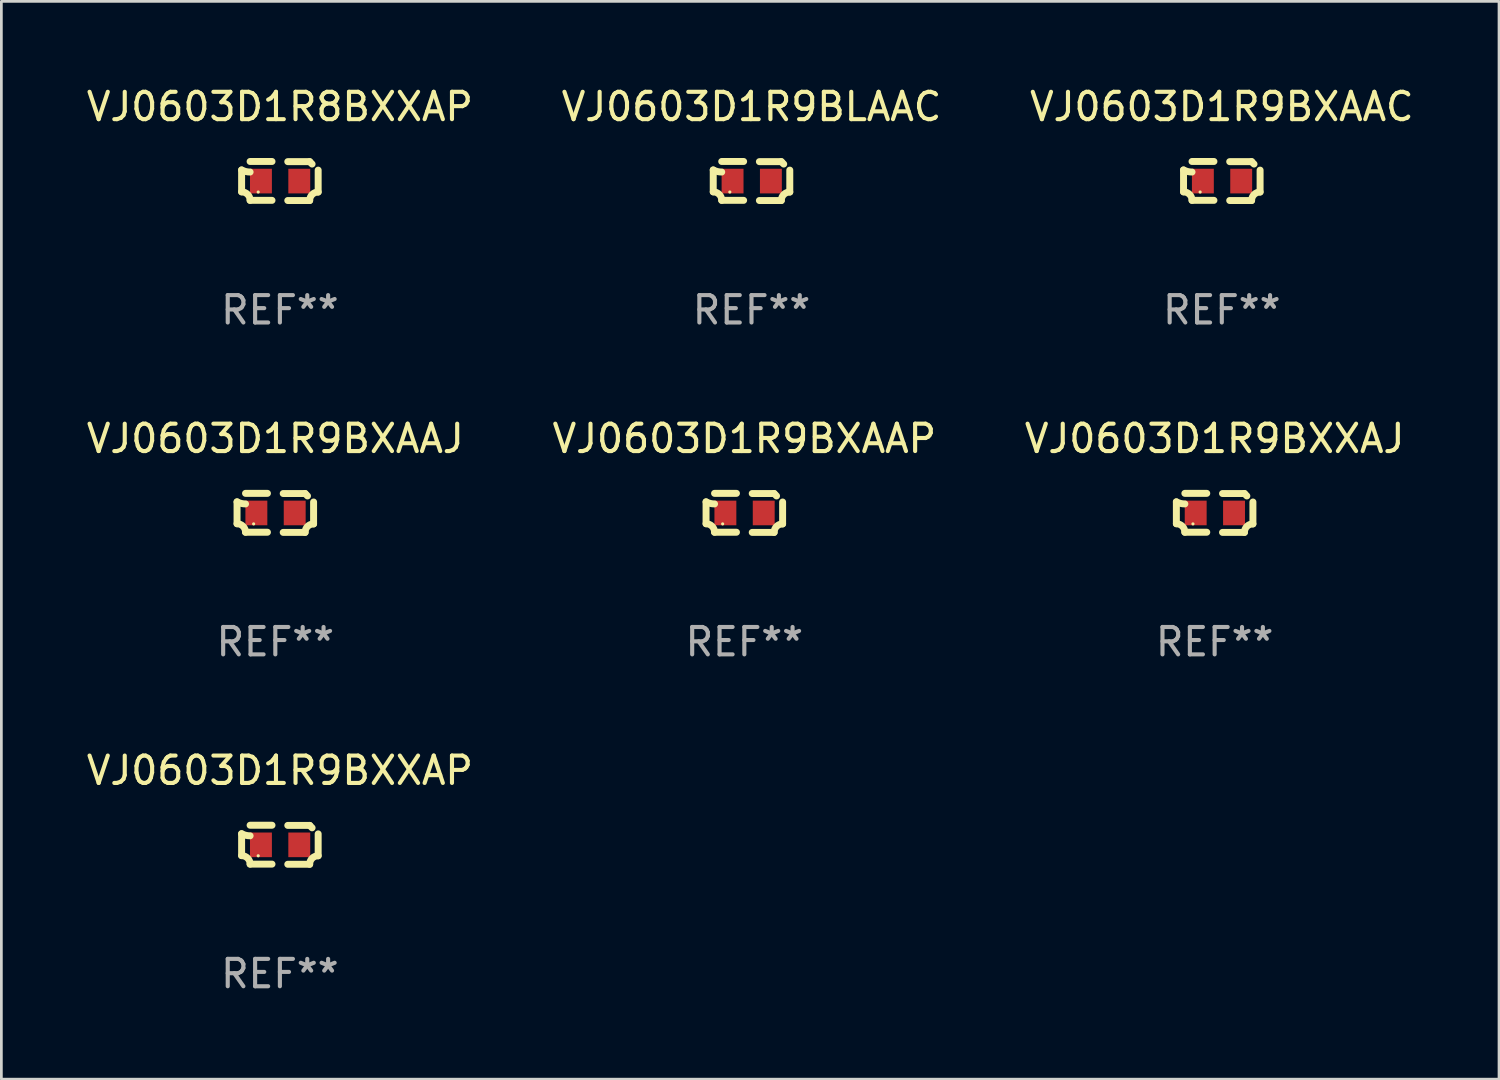
<source format=kicad_pcb>
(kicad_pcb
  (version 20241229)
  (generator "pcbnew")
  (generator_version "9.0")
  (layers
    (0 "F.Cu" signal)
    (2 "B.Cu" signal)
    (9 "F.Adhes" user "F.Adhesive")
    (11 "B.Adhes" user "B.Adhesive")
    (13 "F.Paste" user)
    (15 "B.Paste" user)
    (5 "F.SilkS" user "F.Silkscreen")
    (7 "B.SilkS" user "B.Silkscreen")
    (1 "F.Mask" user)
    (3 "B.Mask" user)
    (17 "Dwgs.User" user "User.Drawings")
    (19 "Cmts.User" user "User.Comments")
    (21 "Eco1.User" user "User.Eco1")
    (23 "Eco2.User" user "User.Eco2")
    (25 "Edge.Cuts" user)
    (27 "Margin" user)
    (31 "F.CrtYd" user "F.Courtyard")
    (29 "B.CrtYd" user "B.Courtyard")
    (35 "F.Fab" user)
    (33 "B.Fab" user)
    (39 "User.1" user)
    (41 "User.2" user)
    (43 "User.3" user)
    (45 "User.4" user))
  (footprint "VJ0603D1R9BXXAP"
    (layer "F.Cu")
    (at 7.173 27.805)
    (property "Reference" "VJ0603D1R9BXXAP" (at 0 -2.713 0) (layer "F.SilkS") (effects (font (size 1 1) (thickness 0.15))))
    (attr through_hole)
    (fp_line (start -1.398 -0.403) (end -1.398 0.397) (stroke (width 0.254) (type solid)) (layer "F.SilkS"))
    (fp_line (start -0.288 -0.713) (end -1.088 -0.713) (stroke (width 0.254) (type solid)) (layer "F.SilkS"))
    (fp_line (start -0.288 0.707) (end -1.088 0.707) (stroke (width 0.254) (type solid)) (layer "F.SilkS"))
    (fp_line (start 0.288 -0.707) (end 1.088 -0.707) (stroke (width 0.254) (type solid)) (layer "F.SilkS"))
    (fp_line (start 0.288 0.713) (end 1.088 0.713) (stroke (width 0.254) (type solid)) (layer "F.SilkS"))
    (fp_line (start 1.398 -0.397) (end 1.398 0.403) (stroke (width 0.254) (type solid)) (layer "F.SilkS"))
    (fp_arc (start -1.397789 0.397066) (mid -1.178701 0.487826) (end -1.08796 0.706922) (stroke (width 0.254001) (type solid)) (layer "F.SilkS"))
    (fp_arc (start -1.08796 -0.327176) (mid -1.247436 -0.346384) (end -1.39779 -0.402908) (stroke (width 0.254001) (type solid)) (layer "F.SilkS"))
    (fp_arc (start 1.087909 0.712738) (mid 1.178656 0.493655) (end 1.397739 0.402908) (stroke (width 0.254001) (type solid)) (layer "F.SilkS"))
    (fp_arc (start 1.175925 -0.618926) (mid 1.131917 -0.662923) (end 1.08791 -0.706922) (stroke (width 0.254001) (type solid)) (layer "F.SilkS"))
    (fp_circle (center -0.792 0.403) (end -0.762 0.403) (stroke (width 0.06) (type solid)) (fill no) (layer "F.SilkS"))
    (fp_text user "REF**" (at 0 4.713 0) (layer "F.Fab") (effects (font (size 1 1) (thickness 0.15))))
    (pad "1" smd rect (at -0.692 0.003) (size 0.8 0.9) (layers "F.Cu" "F.Mask" "F.Paste"))
    (pad "2" smd rect (at 0.708 0.003) (size 0.8 0.9) (layers "F.Cu" "F.Mask" "F.Paste")))
  (footprint "VJ0603D1R9BXAAC"
    (layer "F.Cu")
    (at 41.577 3.561)
    (property "Reference" "VJ0603D1R9BXAAC" (at 0 -2.713 0) (layer "F.SilkS") (effects (font (size 1 1) (thickness 0.15))))
    (attr through_hole)
    (fp_line (start -1.398 -0.403) (end -1.398 0.397) (stroke (width 0.254) (type solid)) (layer "F.SilkS"))
    (fp_line (start -0.288 -0.713) (end -1.088 -0.713) (stroke (width 0.254) (type solid)) (layer "F.SilkS"))
    (fp_line (start -0.288 0.707) (end -1.088 0.707) (stroke (width 0.254) (type solid)) (layer "F.SilkS"))
    (fp_line (start 0.288 -0.707) (end 1.088 -0.707) (stroke (width 0.254) (type solid)) (layer "F.SilkS"))
    (fp_line (start 0.288 0.713) (end 1.088 0.713) (stroke (width 0.254) (type solid)) (layer "F.SilkS"))
    (fp_line (start 1.398 -0.397) (end 1.398 0.403) (stroke (width 0.254) (type solid)) (layer "F.SilkS"))
    (fp_arc (start -1.397789 0.397066) (mid -1.178701 0.487826) (end -1.08796 0.706922) (stroke (width 0.254001) (type solid)) (layer "F.SilkS"))
    (fp_arc (start -1.08796 -0.327176) (mid -1.247436 -0.346384) (end -1.39779 -0.402908) (stroke (width 0.254001) (type solid)) (layer "F.SilkS"))
    (fp_arc (start 1.087909 0.712738) (mid 1.178656 0.493655) (end 1.397739 0.402908) (stroke (width 0.254001) (type solid)) (layer "F.SilkS"))
    (fp_arc (start 1.175925 -0.618926) (mid 1.131917 -0.662923) (end 1.08791 -0.706922) (stroke (width 0.254001) (type solid)) (layer "F.SilkS"))
    (fp_circle (center -0.792 0.403) (end -0.762 0.403) (stroke (width 0.06) (type solid)) (fill no) (layer "F.SilkS"))
    (fp_text user "REF**" (at 0 4.713 0) (layer "F.Fab") (effects (font (size 1 1) (thickness 0.15))))
    (pad "1" smd rect (at -0.692 0.003) (size 0.8 0.9) (layers "F.Cu" "F.Mask" "F.Paste"))
    (pad "2" smd rect (at 0.708 0.003) (size 0.8 0.9) (layers "F.Cu" "F.Mask" "F.Paste")))
  (footprint "VJ0603D1R9BXAAP"
    (layer "F.Cu")
    (at 24.137 15.683)
    (property "Reference" "VJ0603D1R9BXAAP" (at 0 -2.713 0) (layer "F.SilkS") (effects (font (size 1 1) (thickness 0.15))))
    (attr through_hole)
    (fp_line (start -1.398 -0.403) (end -1.398 0.397) (stroke (width 0.254) (type solid)) (layer "F.SilkS"))
    (fp_line (start -0.288 -0.713) (end -1.088 -0.713) (stroke (width 0.254) (type solid)) (layer "F.SilkS"))
    (fp_line (start -0.288 0.707) (end -1.088 0.707) (stroke (width 0.254) (type solid)) (layer "F.SilkS"))
    (fp_line (start 0.288 -0.707) (end 1.088 -0.707) (stroke (width 0.254) (type solid)) (layer "F.SilkS"))
    (fp_line (start 0.288 0.713) (end 1.088 0.713) (stroke (width 0.254) (type solid)) (layer "F.SilkS"))
    (fp_line (start 1.398 -0.397) (end 1.398 0.403) (stroke (width 0.254) (type solid)) (layer "F.SilkS"))
    (fp_arc (start -1.397789 0.397066) (mid -1.178701 0.487826) (end -1.08796 0.706922) (stroke (width 0.254001) (type solid)) (layer "F.SilkS"))
    (fp_arc (start -1.08796 -0.327176) (mid -1.247436 -0.346384) (end -1.39779 -0.402908) (stroke (width 0.254001) (type solid)) (layer "F.SilkS"))
    (fp_arc (start 1.087909 0.712738) (mid 1.178656 0.493655) (end 1.397739 0.402908) (stroke (width 0.254001) (type solid)) (layer "F.SilkS"))
    (fp_arc (start 1.175925 -0.618926) (mid 1.131917 -0.662923) (end 1.08791 -0.706922) (stroke (width 0.254001) (type solid)) (layer "F.SilkS"))
    (fp_circle (center -0.792 0.403) (end -0.762 0.403) (stroke (width 0.06) (type solid)) (fill no) (layer "F.SilkS"))
    (fp_text user "REF**" (at 0 4.713 0) (layer "F.Fab") (effects (font (size 1 1) (thickness 0.15))))
    (pad "1" smd rect (at -0.692 0.003) (size 0.8 0.9) (layers "F.Cu" "F.Mask" "F.Paste"))
    (pad "2" smd rect (at 0.708 0.003) (size 0.8 0.9) (layers "F.Cu" "F.Mask" "F.Paste")))
  (footprint "VJ0603D1R9BLAAC"
    (layer "F.Cu")
    (at 24.399 3.561)
    (property "Reference" "VJ0603D1R9BLAAC" (at 0 -2.713 0) (layer "F.SilkS") (effects (font (size 1 1) (thickness 0.15))))
    (attr through_hole)
    (fp_line (start -1.398 -0.403) (end -1.398 0.397) (stroke (width 0.254) (type solid)) (layer "F.SilkS"))
    (fp_line (start -0.288 -0.713) (end -1.088 -0.713) (stroke (width 0.254) (type solid)) (layer "F.SilkS"))
    (fp_line (start -0.288 0.707) (end -1.088 0.707) (stroke (width 0.254) (type solid)) (layer "F.SilkS"))
    (fp_line (start 0.288 -0.707) (end 1.088 -0.707) (stroke (width 0.254) (type solid)) (layer "F.SilkS"))
    (fp_line (start 0.288 0.713) (end 1.088 0.713) (stroke (width 0.254) (type solid)) (layer "F.SilkS"))
    (fp_line (start 1.398 -0.397) (end 1.398 0.403) (stroke (width 0.254) (type solid)) (layer "F.SilkS"))
    (fp_arc (start -1.397789 0.397066) (mid -1.178701 0.487826) (end -1.08796 0.706922) (stroke (width 0.254001) (type solid)) (layer "F.SilkS"))
    (fp_arc (start -1.08796 -0.327176) (mid -1.247436 -0.346384) (end -1.39779 -0.402908) (stroke (width 0.254001) (type solid)) (layer "F.SilkS"))
    (fp_arc (start 1.087909 0.712738) (mid 1.178656 0.493655) (end 1.397739 0.402908) (stroke (width 0.254001) (type solid)) (layer "F.SilkS"))
    (fp_arc (start 1.175925 -0.618926) (mid 1.131917 -0.662923) (end 1.08791 -0.706922) (stroke (width 0.254001) (type solid)) (layer "F.SilkS"))
    (fp_circle (center -0.792 0.403) (end -0.762 0.403) (stroke (width 0.06) (type solid)) (fill no) (layer "F.SilkS"))
    (fp_text user "REF**" (at 0 4.713 0) (layer "F.Fab") (effects (font (size 1 1) (thickness 0.15))))
    (pad "1" smd rect (at -0.692 0.003) (size 0.8 0.9) (layers "F.Cu" "F.Mask" "F.Paste"))
    (pad "2" smd rect (at 0.708 0.003) (size 0.8 0.9) (layers "F.Cu" "F.Mask" "F.Paste")))
  (footprint "VJ0603D1R9BXXAJ"
    (layer "F.Cu")
    (at 41.315 15.683)
    (property "Reference" "VJ0603D1R9BXXAJ" (at 0 -2.713 0) (layer "F.SilkS") (effects (font (size 1 1) (thickness 0.15))))
    (attr through_hole)
    (fp_line (start -1.398 -0.403) (end -1.398 0.397) (stroke (width 0.254) (type solid)) (layer "F.SilkS"))
    (fp_line (start -0.288 -0.713) (end -1.088 -0.713) (stroke (width 0.254) (type solid)) (layer "F.SilkS"))
    (fp_line (start -0.288 0.707) (end -1.088 0.707) (stroke (width 0.254) (type solid)) (layer "F.SilkS"))
    (fp_line (start 0.288 -0.707) (end 1.088 -0.707) (stroke (width 0.254) (type solid)) (layer "F.SilkS"))
    (fp_line (start 0.288 0.713) (end 1.088 0.713) (stroke (width 0.254) (type solid)) (layer "F.SilkS"))
    (fp_line (start 1.398 -0.397) (end 1.398 0.403) (stroke (width 0.254) (type solid)) (layer "F.SilkS"))
    (fp_arc (start -1.397789 0.397066) (mid -1.178701 0.487826) (end -1.08796 0.706922) (stroke (width 0.254001) (type solid)) (layer "F.SilkS"))
    (fp_arc (start -1.08796 -0.327176) (mid -1.247436 -0.346384) (end -1.39779 -0.402908) (stroke (width 0.254001) (type solid)) (layer "F.SilkS"))
    (fp_arc (start 1.087909 0.712738) (mid 1.178656 0.493655) (end 1.397739 0.402908) (stroke (width 0.254001) (type solid)) (layer "F.SilkS"))
    (fp_arc (start 1.175925 -0.618926) (mid 1.131917 -0.662923) (end 1.08791 -0.706922) (stroke (width 0.254001) (type solid)) (layer "F.SilkS"))
    (fp_circle (center -0.792 0.403) (end -0.762 0.403) (stroke (width 0.06) (type solid)) (fill no) (layer "F.SilkS"))
    (fp_text user "REF**" (at 0 4.713 0) (layer "F.Fab") (effects (font (size 1 1) (thickness 0.15))))
    (pad "1" smd rect (at -0.692 0.003) (size 0.8 0.9) (layers "F.Cu" "F.Mask" "F.Paste"))
    (pad "2" smd rect (at 0.708 0.003) (size 0.8 0.9) (layers "F.Cu" "F.Mask" "F.Paste")))
  (footprint "VJ0603D1R9BXAAJ"
    (layer "F.Cu")
    (at 7.006 15.683)
    (property "Reference" "VJ0603D1R9BXAAJ" (at 0 -2.713 0) (layer "F.SilkS") (effects (font (size 1 1) (thickness 0.15))))
    (attr through_hole)
    (fp_line (start -1.398 -0.403) (end -1.398 0.397) (stroke (width 0.254) (type solid)) (layer "F.SilkS"))
    (fp_line (start -0.288 -0.713) (end -1.088 -0.713) (stroke (width 0.254) (type solid)) (layer "F.SilkS"))
    (fp_line (start -0.288 0.707) (end -1.088 0.707) (stroke (width 0.254) (type solid)) (layer "F.SilkS"))
    (fp_line (start 0.288 -0.707) (end 1.088 -0.707) (stroke (width 0.254) (type solid)) (layer "F.SilkS"))
    (fp_line (start 0.288 0.713) (end 1.088 0.713) (stroke (width 0.254) (type solid)) (layer "F.SilkS"))
    (fp_line (start 1.398 -0.397) (end 1.398 0.403) (stroke (width 0.254) (type solid)) (layer "F.SilkS"))
    (fp_arc (start -1.397789 0.397066) (mid -1.178701 0.487826) (end -1.08796 0.706922) (stroke (width 0.254001) (type solid)) (layer "F.SilkS"))
    (fp_arc (start -1.08796 -0.327176) (mid -1.247436 -0.346384) (end -1.39779 -0.402908) (stroke (width 0.254001) (type solid)) (layer "F.SilkS"))
    (fp_arc (start 1.087909 0.712738) (mid 1.178656 0.493655) (end 1.397739 0.402908) (stroke (width 0.254001) (type solid)) (layer "F.SilkS"))
    (fp_arc (start 1.175925 -0.618926) (mid 1.131917 -0.662923) (end 1.08791 -0.706922) (stroke (width 0.254001) (type solid)) (layer "F.SilkS"))
    (fp_circle (center -0.792 0.403) (end -0.762 0.403) (stroke (width 0.06) (type solid)) (fill no) (layer "F.SilkS"))
    (fp_text user "REF**" (at 0 4.713 0) (layer "F.Fab") (effects (font (size 1 1) (thickness 0.15))))
    (pad "1" smd rect (at -0.692 0.003) (size 0.8 0.9) (layers "F.Cu" "F.Mask" "F.Paste"))
    (pad "2" smd rect (at 0.708 0.003) (size 0.8 0.9) (layers "F.Cu" "F.Mask" "F.Paste")))
  (footprint "VJ0603D1R8BXXAP"
    (layer "F.Cu")
    (at 7.173 3.561)
    (property "Reference" "VJ0603D1R8BXXAP" (at 0 -2.713 0) (layer "F.SilkS") (effects (font (size 1 1) (thickness 0.15))))
    (attr through_hole)
    (fp_line (start -1.398 -0.403) (end -1.398 0.397) (stroke (width 0.254) (type solid)) (layer "F.SilkS"))
    (fp_line (start -0.288 -0.713) (end -1.088 -0.713) (stroke (width 0.254) (type solid)) (layer "F.SilkS"))
    (fp_line (start -0.288 0.707) (end -1.088 0.707) (stroke (width 0.254) (type solid)) (layer "F.SilkS"))
    (fp_line (start 0.288 -0.707) (end 1.088 -0.707) (stroke (width 0.254) (type solid)) (layer "F.SilkS"))
    (fp_line (start 0.288 0.713) (end 1.088 0.713) (stroke (width 0.254) (type solid)) (layer "F.SilkS"))
    (fp_line (start 1.398 -0.397) (end 1.398 0.403) (stroke (width 0.254) (type solid)) (layer "F.SilkS"))
    (fp_arc (start -1.397789 0.397066) (mid -1.178701 0.487826) (end -1.08796 0.706922) (stroke (width 0.254001) (type solid)) (layer "F.SilkS"))
    (fp_arc (start -1.08796 -0.327176) (mid -1.247436 -0.346384) (end -1.39779 -0.402908) (stroke (width 0.254001) (type solid)) (layer "F.SilkS"))
    (fp_arc (start 1.087909 0.712738) (mid 1.178656 0.493655) (end 1.397739 0.402908) (stroke (width 0.254001) (type solid)) (layer "F.SilkS"))
    (fp_arc (start 1.175925 -0.618926) (mid 1.131917 -0.662923) (end 1.08791 -0.706922) (stroke (width 0.254001) (type solid)) (layer "F.SilkS"))
    (fp_circle (center -0.792 0.403) (end -0.762 0.403) (stroke (width 0.06) (type solid)) (fill no) (layer "F.SilkS"))
    (fp_text user "REF**" (at 0 4.713 0) (layer "F.Fab") (effects (font (size 1 1) (thickness 0.15))))
    (pad "1" smd rect (at -0.692 0.003) (size 0.8 0.9) (layers "F.Cu" "F.Mask" "F.Paste"))
    (pad "2" smd rect (at 0.708 0.003) (size 0.8 0.9) (layers "F.Cu" "F.Mask" "F.Paste")))
  (gr_rect
    (start -3 -3)
    (end 51.702 36.366)
    (stroke (width 0.1) (type default))
    (fill no)
    (layer "Edge.Cuts")))
</source>
